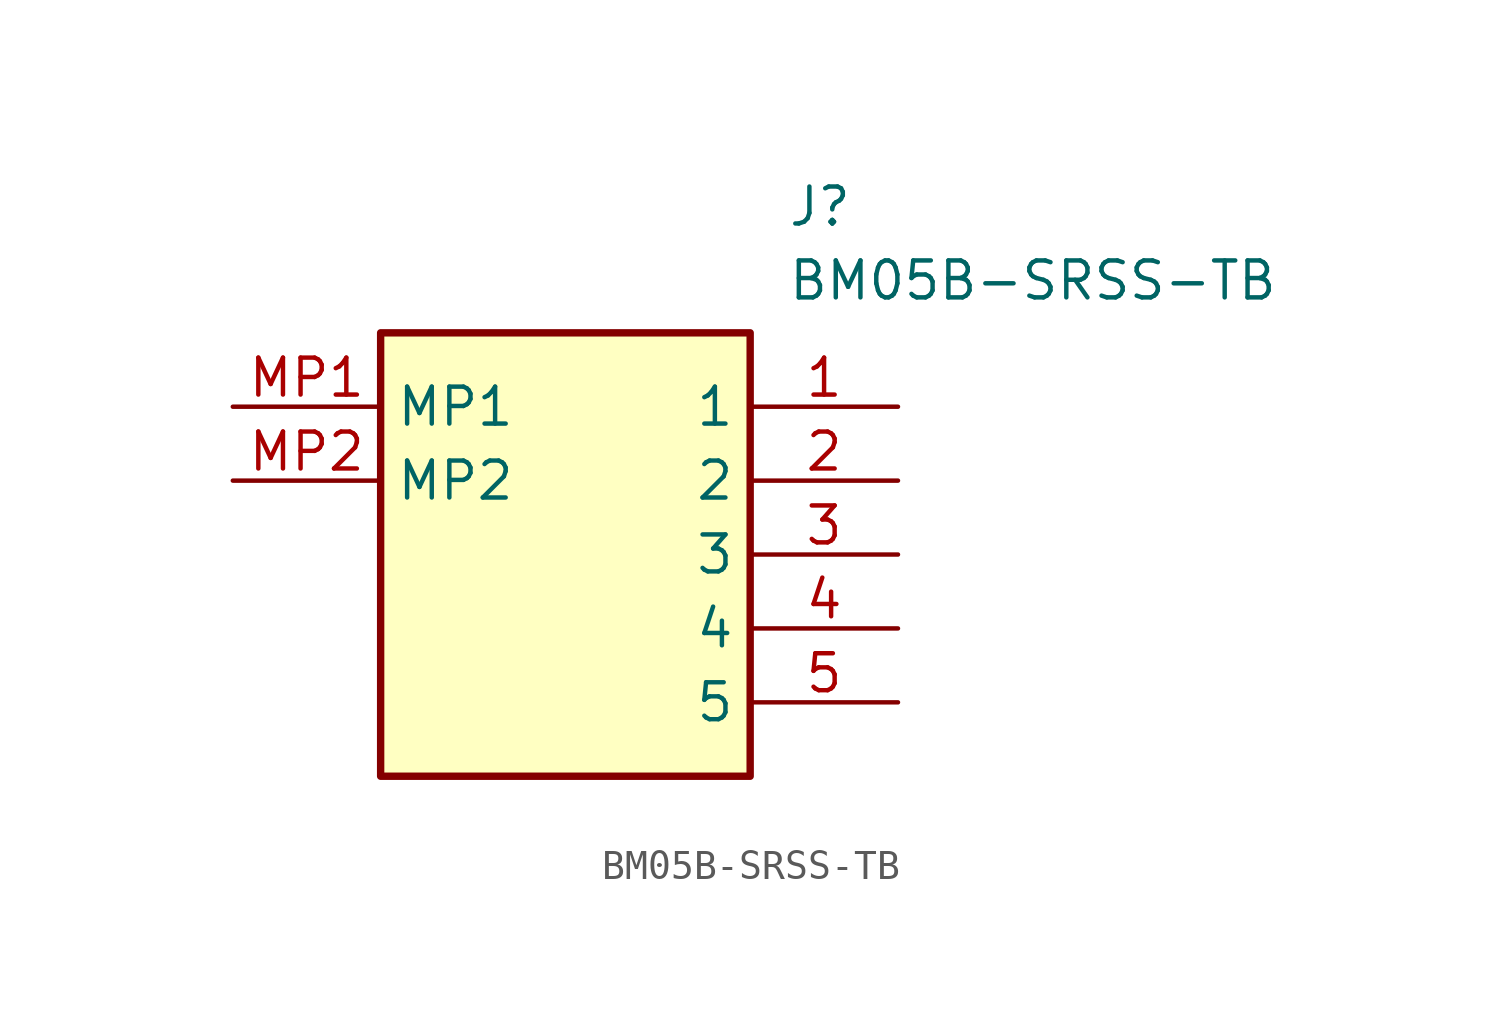
<source format=kicad_sym>
(kicad_symbol_lib
  (version 20241209)
  (generator "kicad_symbol_editor")
  (generator_version "9.0")
  (symbol "BM05B-SRSS-TB"
    (property "Reference" "J"
      (at 19.05 7.62 0)
      (effects (font (size 1.27 1.27)) (justify left top)))
    (property "Value" "BM05B-SRSS-TB"
      (at 19.05 5.08 0)
      (effects (font (size 1.27 1.27)) (justify left top)))
    (symbol "BM05B-SRSS-TB_1_1"
      (rectangle (start 5.08 2.54) (end 17.78 -12.7) (stroke (width 0.254) (type default)) (fill (type background)))
      (pin passive line (at 0 0 0) (length 5.08) (name "MP1" (effects (font (size 1.27 1.27)))) (number "MP1" (effects (font (size 1.27 1.27)))))
      (pin passive line (at 0 -2.54 0) (length 5.08) (name "MP2" (effects (font (size 1.27 1.27)))) (number "MP2" (effects (font (size 1.27 1.27)))))
      (pin passive line (at 22.86 0 180) (length 5.08) (name "1" (effects (font (size 1.27 1.27)))) (number "1" (effects (font (size 1.27 1.27)))))
      (pin passive line (at 22.86 -2.54 180) (length 5.08) (name "2" (effects (font (size 1.27 1.27)))) (number "2" (effects (font (size 1.27 1.27)))))
      (pin passive line (at 22.86 -5.08 180) (length 5.08) (name "3" (effects (font (size 1.27 1.27)))) (number "3" (effects (font (size 1.27 1.27)))))
      (pin passive line (at 22.86 -7.62 180) (length 5.08) (name "4" (effects (font (size 1.27 1.27)))) (number "4" (effects (font (size 1.27 1.27)))))
      (pin passive line (at 22.86 -10.16 180) (length 5.08) (name "5" (effects (font (size 1.27 1.27)))) (number "5" (effects (font (size 1.27 1.27))))))))
</source>
